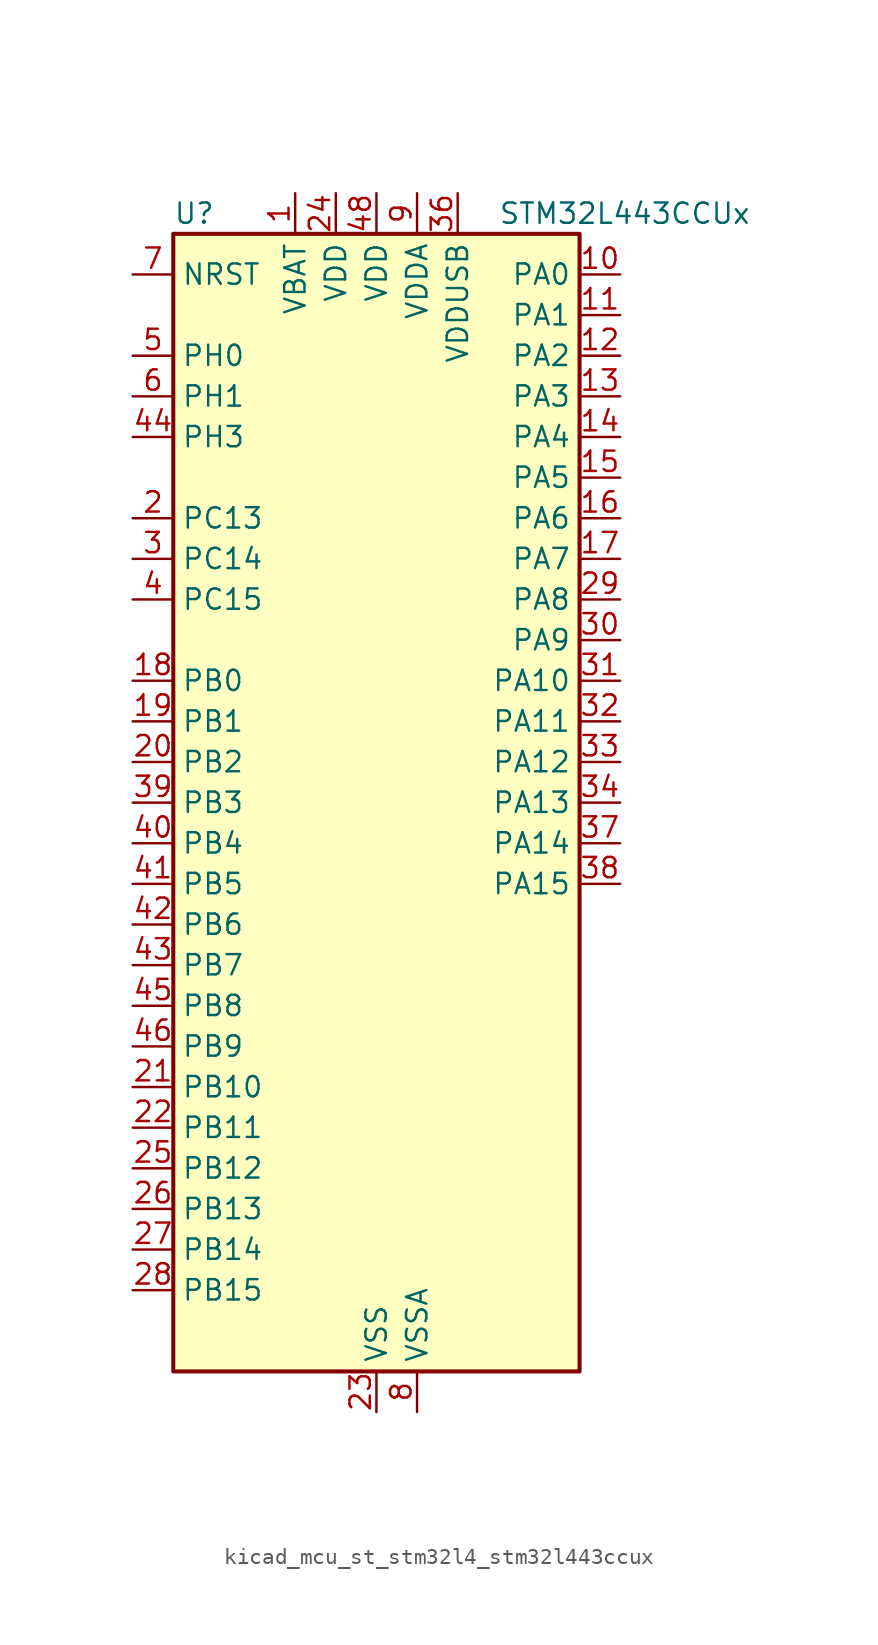
<source format=kicad_sym>
(kicad_symbol_lib
  (version 20220914)
  (generator kicad_symbol_editor)
  (symbol "kicad_mcu_st_stm32l4_stm32l443ccux"
    (property "Reference" "U"
      (at -12.7 36.83 0)
      (effects (font (size 1.27 1.27)) (justify left)))
    (property "Value" "STM32L443CCUx"
      (at 7.62 36.83 0)
      (effects (font (size 1.27 1.27)) (justify left)))
    (property "ki_locked" ""
      (at 0 0 0)
      (effects (font (size 1.27 1.27))))
    (symbol "kicad_mcu_st_stm32l4_stm32l443ccux_0_1"
      (rectangle (start -12.7 -35.56) (end 12.7 35.56) (stroke (width 0.254) (type default)) (fill (type background))))
    (symbol "kicad_mcu_st_stm32l4_stm32l443ccux_1_1"
      (pin power_in line (at -5.08 38.1 270) (length 2.54) (name "VBAT" (effects (font (size 1.27 1.27)))) (number "1" (effects (font (size 1.27 1.27)))))
      (pin bidirectional line (at 15.24 33.02 180) (length 2.54) (name "PA0" (effects (font (size 1.27 1.27)))) (number "10" (effects (font (size 1.27 1.27)))) (alternate "ADC1_IN5" bidirectional line) (alternate "COMP1_INM" bidirectional line) (alternate "COMP1_OUT" bidirectional line) (alternate "OPAMP1_VINP" bidirectional line) (alternate "RTC_TAMP2" bidirectional line) (alternate "SAI1_EXTCLK" bidirectional line) (alternate "SYS_WKUP1" bidirectional line) (alternate "TIM2_CH1" bidirectional line) (alternate "TIM2_ETR" bidirectional line) (alternate "USART2_CTS" bidirectional line))
      (pin bidirectional line (at 15.24 30.48 180) (length 2.54) (name "PA1" (effects (font (size 1.27 1.27)))) (number "11" (effects (font (size 1.27 1.27)))) (alternate "ADC1_IN6" bidirectional line) (alternate "COMP1_INP" bidirectional line) (alternate "I2C1_SMBA" bidirectional line) (alternate "LCD_SEG0" bidirectional line) (alternate "OPAMP1_VINM" bidirectional line) (alternate "SPI1_SCK" bidirectional line) (alternate "TIM15_CH1N" bidirectional line) (alternate "TIM2_CH2" bidirectional line) (alternate "USART2_DE" bidirectional line) (alternate "USART2_RTS" bidirectional line))
      (pin bidirectional line (at 15.24 27.94 180) (length 2.54) (name "PA2" (effects (font (size 1.27 1.27)))) (number "12" (effects (font (size 1.27 1.27)))) (alternate "ADC1_IN7" bidirectional line) (alternate "COMP2_INM" bidirectional line) (alternate "COMP2_OUT" bidirectional line) (alternate "LCD_SEG1" bidirectional line) (alternate "LPUART1_TX" bidirectional line) (alternate "QUADSPI_BK1_NCS" bidirectional line) (alternate "RCC_LSCO" bidirectional line) (alternate "SYS_WKUP4" bidirectional line) (alternate "TIM15_CH1" bidirectional line) (alternate "TIM2_CH3" bidirectional line) (alternate "USART2_TX" bidirectional line))
      (pin bidirectional line (at 15.24 25.4 180) (length 2.54) (name "PA3" (effects (font (size 1.27 1.27)))) (number "13" (effects (font (size 1.27 1.27)))) (alternate "ADC1_IN8" bidirectional line) (alternate "COMP2_INP" bidirectional line) (alternate "LCD_SEG2" bidirectional line) (alternate "LPUART1_RX" bidirectional line) (alternate "OPAMP1_VOUT" bidirectional line) (alternate "QUADSPI_CLK" bidirectional line) (alternate "SAI1_MCLK_A" bidirectional line) (alternate "TIM15_CH2" bidirectional line) (alternate "TIM2_CH4" bidirectional line) (alternate "USART2_RX" bidirectional line))
      (pin bidirectional line (at 15.24 22.86 180) (length 2.54) (name "PA4" (effects (font (size 1.27 1.27)))) (number "14" (effects (font (size 1.27 1.27)))) (alternate "ADC1_IN9" bidirectional line) (alternate "COMP1_INM" bidirectional line) (alternate "COMP2_INM" bidirectional line) (alternate "DAC1_OUT1" bidirectional line) (alternate "LPTIM2_OUT" bidirectional line) (alternate "SAI1_FS_B" bidirectional line) (alternate "SPI1_NSS" bidirectional line) (alternate "SPI3_NSS" bidirectional line) (alternate "USART2_CK" bidirectional line))
      (pin bidirectional line (at 15.24 20.32 180) (length 2.54) (name "PA5" (effects (font (size 1.27 1.27)))) (number "15" (effects (font (size 1.27 1.27)))) (alternate "ADC1_IN10" bidirectional line) (alternate "COMP1_INM" bidirectional line) (alternate "COMP2_INM" bidirectional line) (alternate "DAC1_OUT2" bidirectional line) (alternate "LPTIM2_ETR" bidirectional line) (alternate "SPI1_SCK" bidirectional line) (alternate "TIM2_CH1" bidirectional line) (alternate "TIM2_ETR" bidirectional line))
      (pin bidirectional line (at 15.24 17.78 180) (length 2.54) (name "PA6" (effects (font (size 1.27 1.27)))) (number "16" (effects (font (size 1.27 1.27)))) (alternate "ADC1_IN11" bidirectional line) (alternate "COMP1_OUT" bidirectional line) (alternate "LCD_SEG3" bidirectional line) (alternate "LPUART1_CTS" bidirectional line) (alternate "QUADSPI_BK1_IO3" bidirectional line) (alternate "SPI1_MISO" bidirectional line) (alternate "TIM16_CH1" bidirectional line) (alternate "TIM1_BKIN" bidirectional line) (alternate "TIM1_BKIN_COMP2" bidirectional line) (alternate "USART3_CTS" bidirectional line))
      (pin bidirectional line (at 15.24 15.24 180) (length 2.54) (name "PA7" (effects (font (size 1.27 1.27)))) (number "17" (effects (font (size 1.27 1.27)))) (alternate "ADC1_IN12" bidirectional line) (alternate "COMP2_OUT" bidirectional line) (alternate "I2C3_SCL" bidirectional line) (alternate "LCD_SEG4" bidirectional line) (alternate "QUADSPI_BK1_IO2" bidirectional line) (alternate "SPI1_MOSI" bidirectional line) (alternate "TIM1_CH1N" bidirectional line))
      (pin bidirectional line (at -15.24 7.62 0) (length 2.54) (name "PB0" (effects (font (size 1.27 1.27)))) (number "18" (effects (font (size 1.27 1.27)))) (alternate "ADC1_IN15" bidirectional line) (alternate "COMP1_OUT" bidirectional line) (alternate "LCD_SEG5" bidirectional line) (alternate "QUADSPI_BK1_IO1" bidirectional line) (alternate "SAI1_EXTCLK" bidirectional line) (alternate "SPI1_NSS" bidirectional line) (alternate "TIM1_CH2N" bidirectional line) (alternate "USART3_CK" bidirectional line))
      (pin bidirectional line (at -15.24 5.08 0) (length 2.54) (name "PB1" (effects (font (size 1.27 1.27)))) (number "19" (effects (font (size 1.27 1.27)))) (alternate "ADC1_IN16" bidirectional line) (alternate "COMP1_INM" bidirectional line) (alternate "LCD_SEG6" bidirectional line) (alternate "LPTIM2_IN1" bidirectional line) (alternate "LPUART1_DE" bidirectional line) (alternate "LPUART1_RTS" bidirectional line) (alternate "QUADSPI_BK1_IO0" bidirectional line) (alternate "TIM1_CH3N" bidirectional line) (alternate "USART3_DE" bidirectional line) (alternate "USART3_RTS" bidirectional line))
      (pin bidirectional line (at -15.24 17.78 0) (length 2.54) (name "PC13" (effects (font (size 1.27 1.27)))) (number "2" (effects (font (size 1.27 1.27)))) (alternate "RTC_OUT_ALARM" bidirectional line) (alternate "RTC_OUT_CALIB" bidirectional line) (alternate "RTC_TAMP1" bidirectional line) (alternate "RTC_TS" bidirectional line) (alternate "SYS_WKUP2" bidirectional line))
      (pin bidirectional line (at -15.24 2.54 0) (length 2.54) (name "PB2" (effects (font (size 1.27 1.27)))) (number "20" (effects (font (size 1.27 1.27)))) (alternate "COMP1_INP" bidirectional line) (alternate "I2C3_SMBA" bidirectional line) (alternate "LCD_VLCD" bidirectional line) (alternate "LPTIM1_OUT" bidirectional line) (alternate "RTC_OUT_ALARM" bidirectional line) (alternate "RTC_OUT_CALIB" bidirectional line))
      (pin bidirectional line (at -15.24 -17.78 0) (length 2.54) (name "PB10" (effects (font (size 1.27 1.27)))) (number "21" (effects (font (size 1.27 1.27)))) (alternate "COMP1_OUT" bidirectional line) (alternate "I2C2_SCL" bidirectional line) (alternate "LCD_SEG10" bidirectional line) (alternate "LPUART1_RX" bidirectional line) (alternate "QUADSPI_CLK" bidirectional line) (alternate "SAI1_SCK_A" bidirectional line) (alternate "SPI2_SCK" bidirectional line) (alternate "TIM2_CH3" bidirectional line) (alternate "TSC_SYNC" bidirectional line) (alternate "USART3_TX" bidirectional line))
      (pin bidirectional line (at -15.24 -20.32 0) (length 2.54) (name "PB11" (effects (font (size 1.27 1.27)))) (number "22" (effects (font (size 1.27 1.27)))) (alternate "ADC1_EXTI11" bidirectional line) (alternate "COMP2_OUT" bidirectional line) (alternate "I2C2_SDA" bidirectional line) (alternate "LCD_SEG11" bidirectional line) (alternate "LPUART1_TX" bidirectional line) (alternate "QUADSPI_BK1_NCS" bidirectional line) (alternate "TIM2_CH4" bidirectional line) (alternate "USART3_RX" bidirectional line))
      (pin power_in line (at 0 -38.1 90) (length 2.54) (name "VSS" (effects (font (size 1.27 1.27)))) (number "23" (effects (font (size 1.27 1.27)))))
      (pin power_in line (at -2.54 38.1 270) (length 2.54) (name "VDD" (effects (font (size 1.27 1.27)))) (number "24" (effects (font (size 1.27 1.27)))))
      (pin bidirectional line (at -15.24 -22.86 0) (length 2.54) (name "PB12" (effects (font (size 1.27 1.27)))) (number "25" (effects (font (size 1.27 1.27)))) (alternate "I2C2_SMBA" bidirectional line) (alternate "LCD_SEG12" bidirectional line) (alternate "LPUART1_DE" bidirectional line) (alternate "LPUART1_RTS" bidirectional line) (alternate "SAI1_FS_A" bidirectional line) (alternate "SPI2_NSS" bidirectional line) (alternate "SWPMI1_IO" bidirectional line) (alternate "TIM15_BKIN" bidirectional line) (alternate "TIM1_BKIN" bidirectional line) (alternate "TIM1_BKIN_COMP2" bidirectional line) (alternate "TSC_G1_IO1" bidirectional line) (alternate "USART3_CK" bidirectional line))
      (pin bidirectional line (at -15.24 -25.4 0) (length 2.54) (name "PB13" (effects (font (size 1.27 1.27)))) (number "26" (effects (font (size 1.27 1.27)))) (alternate "I2C2_SCL" bidirectional line) (alternate "LCD_SEG13" bidirectional line) (alternate "LPUART1_CTS" bidirectional line) (alternate "SAI1_SCK_A" bidirectional line) (alternate "SPI2_SCK" bidirectional line) (alternate "SWPMI1_TX" bidirectional line) (alternate "TIM15_CH1N" bidirectional line) (alternate "TIM1_CH1N" bidirectional line) (alternate "TSC_G1_IO2" bidirectional line) (alternate "USART3_CTS" bidirectional line))
      (pin bidirectional line (at -15.24 -27.94 0) (length 2.54) (name "PB14" (effects (font (size 1.27 1.27)))) (number "27" (effects (font (size 1.27 1.27)))) (alternate "I2C2_SDA" bidirectional line) (alternate "LCD_SEG14" bidirectional line) (alternate "SAI1_MCLK_A" bidirectional line) (alternate "SPI2_MISO" bidirectional line) (alternate "SWPMI1_RX" bidirectional line) (alternate "TIM15_CH1" bidirectional line) (alternate "TIM1_CH2N" bidirectional line) (alternate "TSC_G1_IO3" bidirectional line) (alternate "USART3_DE" bidirectional line) (alternate "USART3_RTS" bidirectional line))
      (pin bidirectional line (at -15.24 -30.48 0) (length 2.54) (name "PB15" (effects (font (size 1.27 1.27)))) (number "28" (effects (font (size 1.27 1.27)))) (alternate "ADC1_EXTI15" bidirectional line) (alternate "LCD_SEG15" bidirectional line) (alternate "RTC_REFIN" bidirectional line) (alternate "SAI1_SD_A" bidirectional line) (alternate "SPI2_MOSI" bidirectional line) (alternate "SWPMI1_SUSPEND" bidirectional line) (alternate "TIM15_CH2" bidirectional line) (alternate "TIM1_CH3N" bidirectional line) (alternate "TSC_G1_IO4" bidirectional line))
      (pin bidirectional line (at 15.24 12.7 180) (length 2.54) (name "PA8" (effects (font (size 1.27 1.27)))) (number "29" (effects (font (size 1.27 1.27)))) (alternate "LCD_COM0" bidirectional line) (alternate "LPTIM2_OUT" bidirectional line) (alternate "RCC_MCO" bidirectional line) (alternate "SAI1_SCK_A" bidirectional line) (alternate "SWPMI1_IO" bidirectional line) (alternate "TIM1_CH1" bidirectional line) (alternate "USART1_CK" bidirectional line))
      (pin bidirectional line (at -15.24 15.24 0) (length 2.54) (name "PC14" (effects (font (size 1.27 1.27)))) (number "3" (effects (font (size 1.27 1.27)))) (alternate "RCC_OSC32_IN" bidirectional line))
      (pin bidirectional line (at 15.24 10.16 180) (length 2.54) (name "PA9" (effects (font (size 1.27 1.27)))) (number "30" (effects (font (size 1.27 1.27)))) (alternate "DAC1_EXTI9" bidirectional line) (alternate "I2C1_SCL" bidirectional line) (alternate "LCD_COM1" bidirectional line) (alternate "SAI1_FS_A" bidirectional line) (alternate "TIM15_BKIN" bidirectional line) (alternate "TIM1_CH2" bidirectional line) (alternate "USART1_TX" bidirectional line))
      (pin bidirectional line (at 15.24 7.62 180) (length 2.54) (name "PA10" (effects (font (size 1.27 1.27)))) (number "31" (effects (font (size 1.27 1.27)))) (alternate "CRS_SYNC" bidirectional line) (alternate "I2C1_SDA" bidirectional line) (alternate "LCD_COM2" bidirectional line) (alternate "SAI1_SD_A" bidirectional line) (alternate "TIM1_CH3" bidirectional line) (alternate "USART1_RX" bidirectional line))
      (pin bidirectional line (at 15.24 5.08 180) (length 2.54) (name "PA11" (effects (font (size 1.27 1.27)))) (number "32" (effects (font (size 1.27 1.27)))) (alternate "ADC1_EXTI11" bidirectional line) (alternate "CAN1_RX" bidirectional line) (alternate "COMP1_OUT" bidirectional line) (alternate "SPI1_MISO" bidirectional line) (alternate "TIM1_BKIN2" bidirectional line) (alternate "TIM1_BKIN2_COMP1" bidirectional line) (alternate "TIM1_CH4" bidirectional line) (alternate "USART1_CTS" bidirectional line) (alternate "USB_DM" bidirectional line))
      (pin bidirectional line (at 15.24 2.54 180) (length 2.54) (name "PA12" (effects (font (size 1.27 1.27)))) (number "33" (effects (font (size 1.27 1.27)))) (alternate "CAN1_TX" bidirectional line) (alternate "SPI1_MOSI" bidirectional line) (alternate "TIM1_ETR" bidirectional line) (alternate "USART1_DE" bidirectional line) (alternate "USART1_RTS" bidirectional line) (alternate "USB_DP" bidirectional line))
      (pin bidirectional line (at 15.24 0 180) (length 2.54) (name "PA13" (effects (font (size 1.27 1.27)))) (number "34" (effects (font (size 1.27 1.27)))) (alternate "IR_OUT" bidirectional line) (alternate "SAI1_SD_B" bidirectional line) (alternate "SWPMI1_TX" bidirectional line) (alternate "SYS_JTMS-SWDIO" bidirectional line) (alternate "USB_NOE" bidirectional line))
      (pin passive line (at 0 -38.1 90) (length 2.54) hide (name "VSS" (effects (font (size 1.27 1.27)))) (number "35" (effects (font (size 1.27 1.27)))))
      (pin power_in line (at 5.08 38.1 270) (length 2.54) (name "VDDUSB" (effects (font (size 1.27 1.27)))) (number "36" (effects (font (size 1.27 1.27)))))
      (pin bidirectional line (at 15.24 -2.54 180) (length 2.54) (name "PA14" (effects (font (size 1.27 1.27)))) (number "37" (effects (font (size 1.27 1.27)))) (alternate "I2C1_SMBA" bidirectional line) (alternate "LPTIM1_OUT" bidirectional line) (alternate "SAI1_FS_B" bidirectional line) (alternate "SWPMI1_RX" bidirectional line) (alternate "SYS_JTCK-SWCLK" bidirectional line))
      (pin bidirectional line (at 15.24 -5.08 180) (length 2.54) (name "PA15" (effects (font (size 1.27 1.27)))) (number "38" (effects (font (size 1.27 1.27)))) (alternate "ADC1_EXTI15" bidirectional line) (alternate "LCD_SEG17" bidirectional line) (alternate "SPI1_NSS" bidirectional line) (alternate "SPI3_NSS" bidirectional line) (alternate "SWPMI1_SUSPEND" bidirectional line) (alternate "SYS_JTDI" bidirectional line) (alternate "TIM2_CH1" bidirectional line) (alternate "TIM2_ETR" bidirectional line) (alternate "USART2_RX" bidirectional line) (alternate "USART3_DE" bidirectional line) (alternate "USART3_RTS" bidirectional line))
      (pin bidirectional line (at -15.24 0 0) (length 2.54) (name "PB3" (effects (font (size 1.27 1.27)))) (number "39" (effects (font (size 1.27 1.27)))) (alternate "COMP2_INM" bidirectional line) (alternate "LCD_SEG7" bidirectional line) (alternate "SAI1_SCK_B" bidirectional line) (alternate "SPI1_SCK" bidirectional line) (alternate "SPI3_SCK" bidirectional line) (alternate "SYS_JTDO-SWO" bidirectional line) (alternate "TIM2_CH2" bidirectional line) (alternate "USART1_DE" bidirectional line) (alternate "USART1_RTS" bidirectional line))
      (pin bidirectional line (at -15.24 12.7 0) (length 2.54) (name "PC15" (effects (font (size 1.27 1.27)))) (number "4" (effects (font (size 1.27 1.27)))) (alternate "ADC1_EXTI15" bidirectional line) (alternate "RCC_OSC32_OUT" bidirectional line))
      (pin bidirectional line (at -15.24 -2.54 0) (length 2.54) (name "PB4" (effects (font (size 1.27 1.27)))) (number "40" (effects (font (size 1.27 1.27)))) (alternate "COMP2_INP" bidirectional line) (alternate "I2C3_SDA" bidirectional line) (alternate "LCD_SEG8" bidirectional line) (alternate "SAI1_MCLK_B" bidirectional line) (alternate "SPI1_MISO" bidirectional line) (alternate "SPI3_MISO" bidirectional line) (alternate "SYS_JTRST" bidirectional line) (alternate "TSC_G2_IO1" bidirectional line) (alternate "USART1_CTS" bidirectional line))
      (pin bidirectional line (at -15.24 -5.08 0) (length 2.54) (name "PB5" (effects (font (size 1.27 1.27)))) (number "41" (effects (font (size 1.27 1.27)))) (alternate "COMP2_OUT" bidirectional line) (alternate "I2C1_SMBA" bidirectional line) (alternate "LCD_SEG9" bidirectional line) (alternate "LPTIM1_IN1" bidirectional line) (alternate "SAI1_SD_B" bidirectional line) (alternate "SPI1_MOSI" bidirectional line) (alternate "SPI3_MOSI" bidirectional line) (alternate "TIM16_BKIN" bidirectional line) (alternate "TSC_G2_IO2" bidirectional line) (alternate "USART1_CK" bidirectional line))
      (pin bidirectional line (at -15.24 -7.62 0) (length 2.54) (name "PB6" (effects (font (size 1.27 1.27)))) (number "42" (effects (font (size 1.27 1.27)))) (alternate "COMP2_INP" bidirectional line) (alternate "I2C1_SCL" bidirectional line) (alternate "LPTIM1_ETR" bidirectional line) (alternate "SAI1_FS_B" bidirectional line) (alternate "TIM16_CH1N" bidirectional line) (alternate "TSC_G2_IO3" bidirectional line) (alternate "USART1_TX" bidirectional line))
      (pin bidirectional line (at -15.24 -10.16 0) (length 2.54) (name "PB7" (effects (font (size 1.27 1.27)))) (number "43" (effects (font (size 1.27 1.27)))) (alternate "COMP2_INM" bidirectional line) (alternate "I2C1_SDA" bidirectional line) (alternate "LCD_SEG21" bidirectional line) (alternate "LPTIM1_IN2" bidirectional line) (alternate "SYS_PVD_IN" bidirectional line) (alternate "TSC_G2_IO4" bidirectional line) (alternate "USART1_RX" bidirectional line))
      (pin bidirectional line (at -15.24 22.86 0) (length 2.54) (name "PH3" (effects (font (size 1.27 1.27)))) (number "44" (effects (font (size 1.27 1.27)))))
      (pin bidirectional line (at -15.24 -12.7 0) (length 2.54) (name "PB8" (effects (font (size 1.27 1.27)))) (number "45" (effects (font (size 1.27 1.27)))) (alternate "CAN1_RX" bidirectional line) (alternate "I2C1_SCL" bidirectional line) (alternate "LCD_SEG16" bidirectional line) (alternate "SAI1_MCLK_A" bidirectional line) (alternate "TIM16_CH1" bidirectional line))
      (pin bidirectional line (at -15.24 -15.24 0) (length 2.54) (name "PB9" (effects (font (size 1.27 1.27)))) (number "46" (effects (font (size 1.27 1.27)))) (alternate "CAN1_TX" bidirectional line) (alternate "DAC1_EXTI9" bidirectional line) (alternate "I2C1_SDA" bidirectional line) (alternate "IR_OUT" bidirectional line) (alternate "LCD_COM3" bidirectional line) (alternate "SAI1_FS_A" bidirectional line) (alternate "SPI2_NSS" bidirectional line))
      (pin passive line (at 0 -38.1 90) (length 2.54) hide (name "VSS" (effects (font (size 1.27 1.27)))) (number "47" (effects (font (size 1.27 1.27)))))
      (pin power_in line (at 0 38.1 270) (length 2.54) (name "VDD" (effects (font (size 1.27 1.27)))) (number "48" (effects (font (size 1.27 1.27)))))
      (pin passive line (at 0 -38.1 90) (length 2.54) hide (name "VSS" (effects (font (size 1.27 1.27)))) (number "49" (effects (font (size 1.27 1.27)))))
      (pin bidirectional line (at -15.24 27.94 0) (length 2.54) (name "PH0" (effects (font (size 1.27 1.27)))) (number "5" (effects (font (size 1.27 1.27)))) (alternate "RCC_OSC_IN" bidirectional line))
      (pin bidirectional line (at -15.24 25.4 0) (length 2.54) (name "PH1" (effects (font (size 1.27 1.27)))) (number "6" (effects (font (size 1.27 1.27)))) (alternate "RCC_OSC_OUT" bidirectional line))
      (pin input line (at -15.24 33.02 0) (length 2.54) (name "NRST" (effects (font (size 1.27 1.27)))) (number "7" (effects (font (size 1.27 1.27)))))
      (pin power_in line (at 2.54 -38.1 90) (length 2.54) (name "VSSA" (effects (font (size 1.27 1.27)))) (number "8" (effects (font (size 1.27 1.27)))))
      (pin power_in line (at 2.54 38.1 270) (length 2.54) (name "VDDA" (effects (font (size 1.27 1.27)))) (number "9" (effects (font (size 1.27 1.27))))))))
</source>
